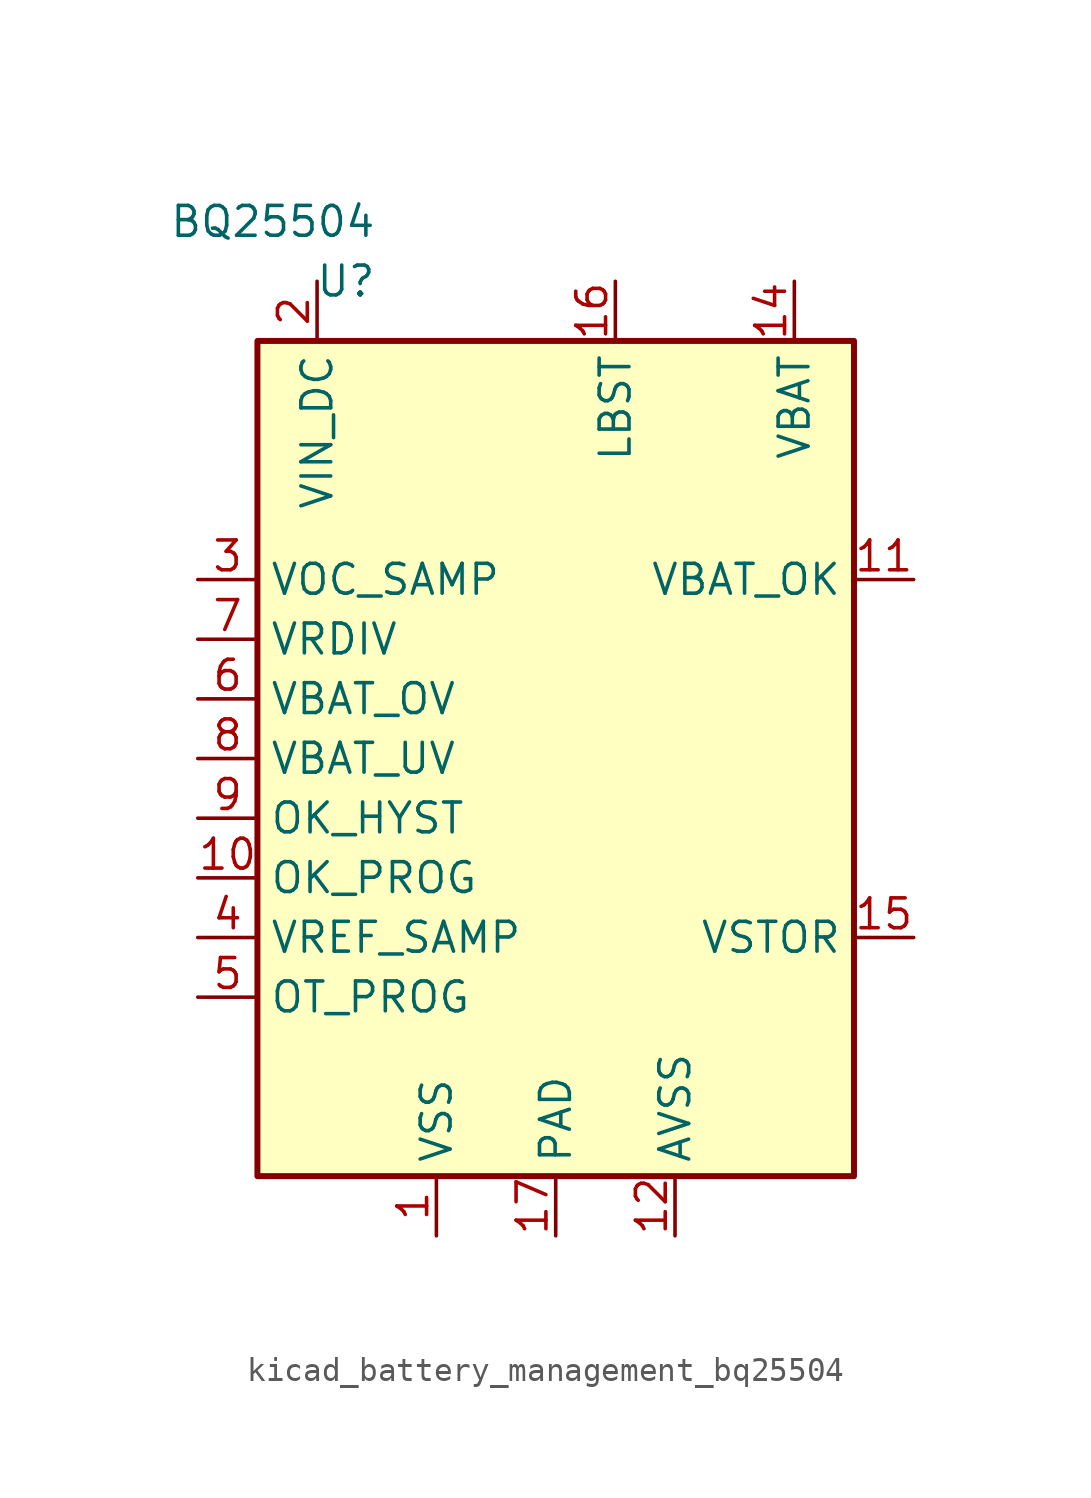
<source format=kicad_sym>
(kicad_symbol_lib
  (version 20220914)
  (generator kicad_symbol_editor)
  (symbol "kicad_battery_management_bq25504"
    (property "Reference" "U"
      (at -7.62 20.32 0)
      (effects (font (size 1.27 1.27)) (justify right)))
    (property "Value" "BQ25504"
      (at -7.62 22.86 0)
      (effects (font (size 1.27 1.27)) (justify right)))
    (symbol "kicad_battery_management_bq25504_0_1"
      (rectangle (start -12.7 17.78) (end 12.7 -17.78) (stroke (width 0.254) (type default)) (fill (type background))))
    (symbol "kicad_battery_management_bq25504_1_1"
      (pin power_in line (at -5.08 -20.32 90) (length 2.54) (name "VSS" (effects (font (size 1.27 1.27)))) (number "1" (effects (font (size 1.27 1.27)))))
      (pin input line (at -15.24 -5.08 0) (length 2.54) (name "OK_PROG" (effects (font (size 1.27 1.27)))) (number "10" (effects (font (size 1.27 1.27)))))
      (pin output line (at 15.24 7.62 180) (length 2.54) (name "VBAT_OK" (effects (font (size 1.27 1.27)))) (number "11" (effects (font (size 1.27 1.27)))))
      (pin power_in line (at 5.08 -20.32 90) (length 2.54) (name "AVSS" (effects (font (size 1.27 1.27)))) (number "12" (effects (font (size 1.27 1.27)))))
      (pin passive line (at -5.08 -20.32 90) (length 2.54) hide (name "VSS" (effects (font (size 1.27 1.27)))) (number "13" (effects (font (size 1.27 1.27)))))
      (pin power_out line (at 10.16 20.32 270) (length 2.54) (name "VBAT" (effects (font (size 1.27 1.27)))) (number "14" (effects (font (size 1.27 1.27)))))
      (pin bidirectional line (at 15.24 -7.62 180) (length 2.54) (name "VSTOR" (effects (font (size 1.27 1.27)))) (number "15" (effects (font (size 1.27 1.27)))))
      (pin bidirectional line (at 2.54 20.32 270) (length 2.54) (name "LBST" (effects (font (size 1.27 1.27)))) (number "16" (effects (font (size 1.27 1.27)))))
      (pin passive line (at 0 -20.32 90) (length 2.54) (name "PAD" (effects (font (size 1.27 1.27)))) (number "17" (effects (font (size 1.27 1.27)))))
      (pin power_in line (at -10.16 20.32 270) (length 2.54) (name "VIN_DC" (effects (font (size 1.27 1.27)))) (number "2" (effects (font (size 1.27 1.27)))))
      (pin input line (at -15.24 7.62 0) (length 2.54) (name "VOC_SAMP" (effects (font (size 1.27 1.27)))) (number "3" (effects (font (size 1.27 1.27)))))
      (pin bidirectional line (at -15.24 -7.62 0) (length 2.54) (name "VREF_SAMP" (effects (font (size 1.27 1.27)))) (number "4" (effects (font (size 1.27 1.27)))))
      (pin input line (at -15.24 -10.16 0) (length 2.54) (name "OT_PROG" (effects (font (size 1.27 1.27)))) (number "5" (effects (font (size 1.27 1.27)))))
      (pin input line (at -15.24 2.54 0) (length 2.54) (name "VBAT_OV" (effects (font (size 1.27 1.27)))) (number "6" (effects (font (size 1.27 1.27)))))
      (pin output line (at -15.24 5.08 0) (length 2.54) (name "VRDIV" (effects (font (size 1.27 1.27)))) (number "7" (effects (font (size 1.27 1.27)))))
      (pin input line (at -15.24 0 0) (length 2.54) (name "VBAT_UV" (effects (font (size 1.27 1.27)))) (number "8" (effects (font (size 1.27 1.27)))))
      (pin input line (at -15.24 -2.54 0) (length 2.54) (name "OK_HYST" (effects (font (size 1.27 1.27)))) (number "9" (effects (font (size 1.27 1.27))))))))
</source>
